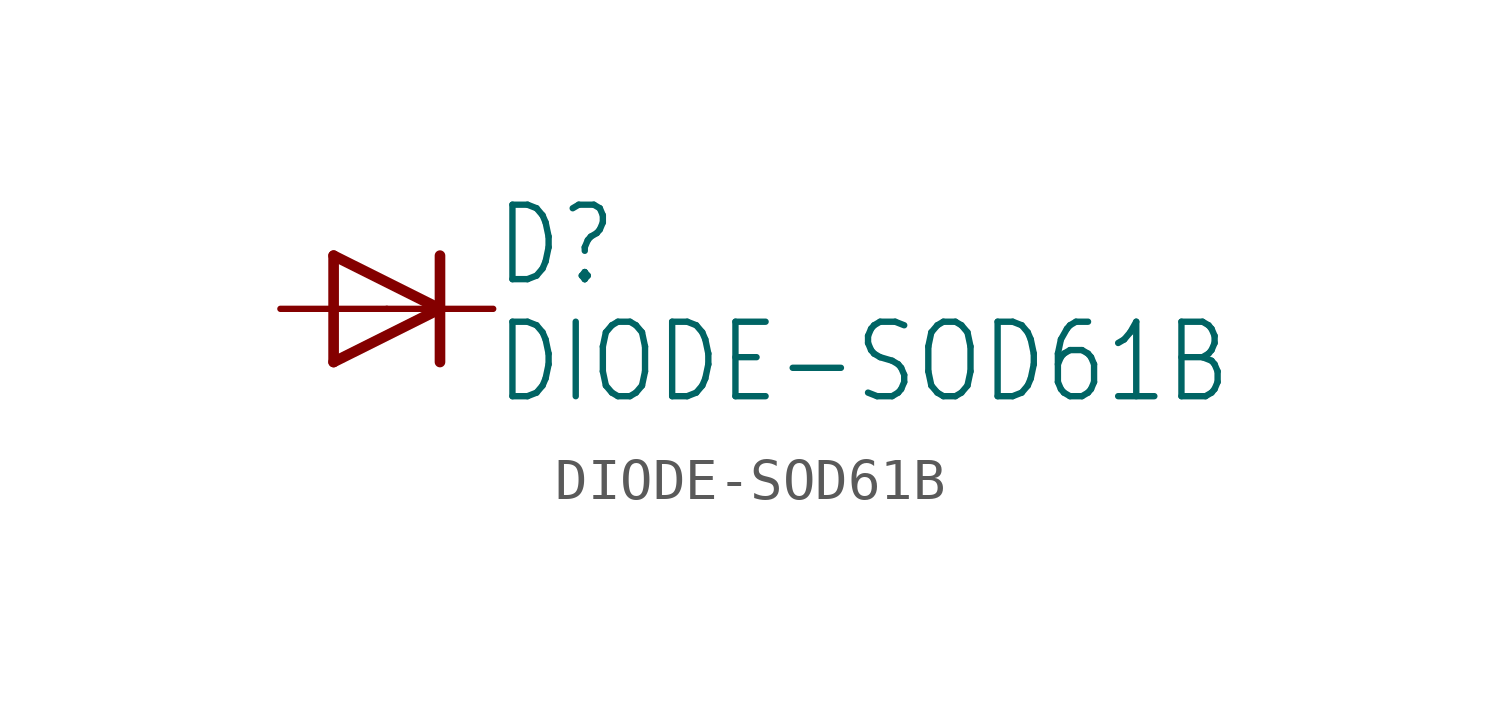
<source format=kicad_sym>
(kicad_symbol_lib
  (version 20211014)
  (generator kicad_symbol_editor)
  (symbol "DIODE-SOD61B"
    (property "Reference" "D"
      (at 2.54 0.483 0)
      (effects (font (size 1.778 1.511)) (justify left bottom)))
    (property "Value" "DIODE-SOD61B"
      (at 2.54 -2.311 0)
      (effects (font (size 1.778 1.511)) (justify left bottom)))
    (property "ki_locked" ""
      (at 0 0 0)
      (effects (font (size 1.27 1.27))))
    (symbol "DIODE-SOD61B_1_0"
      (polyline (pts (xy -1.27 -1.27) (xy 1.27 0)) (stroke (width 0.254) (type default) (color 0 0 0 0)) (fill (type none)))
      (polyline (pts (xy -1.27 1.27) (xy -1.27 -1.27)) (stroke (width 0.254) (type default) (color 0 0 0 0)) (fill (type none)))
      (polyline (pts (xy 1.27 0) (xy -1.27 1.27)) (stroke (width 0.254) (type default) (color 0 0 0 0)) (fill (type none)))
      (polyline (pts (xy 1.27 0) (xy 1.27 -1.27)) (stroke (width 0.254) (type default) (color 0 0 0 0)) (fill (type none)))
      (polyline (pts (xy 1.27 1.27) (xy 1.27 0)) (stroke (width 0.254) (type default) (color 0 0 0 0)) (fill (type none)))
      (pin passive line (at -2.54 0 0) (length 2.54) (name "A" (effects (font (size 0 0)))) (number "A" (effects (font (size 0 0)))))
      (pin passive line (at 2.54 0 180) (length 2.54) (name "C" (effects (font (size 0 0)))) (number "C" (effects (font (size 0 0))))))))
</source>
